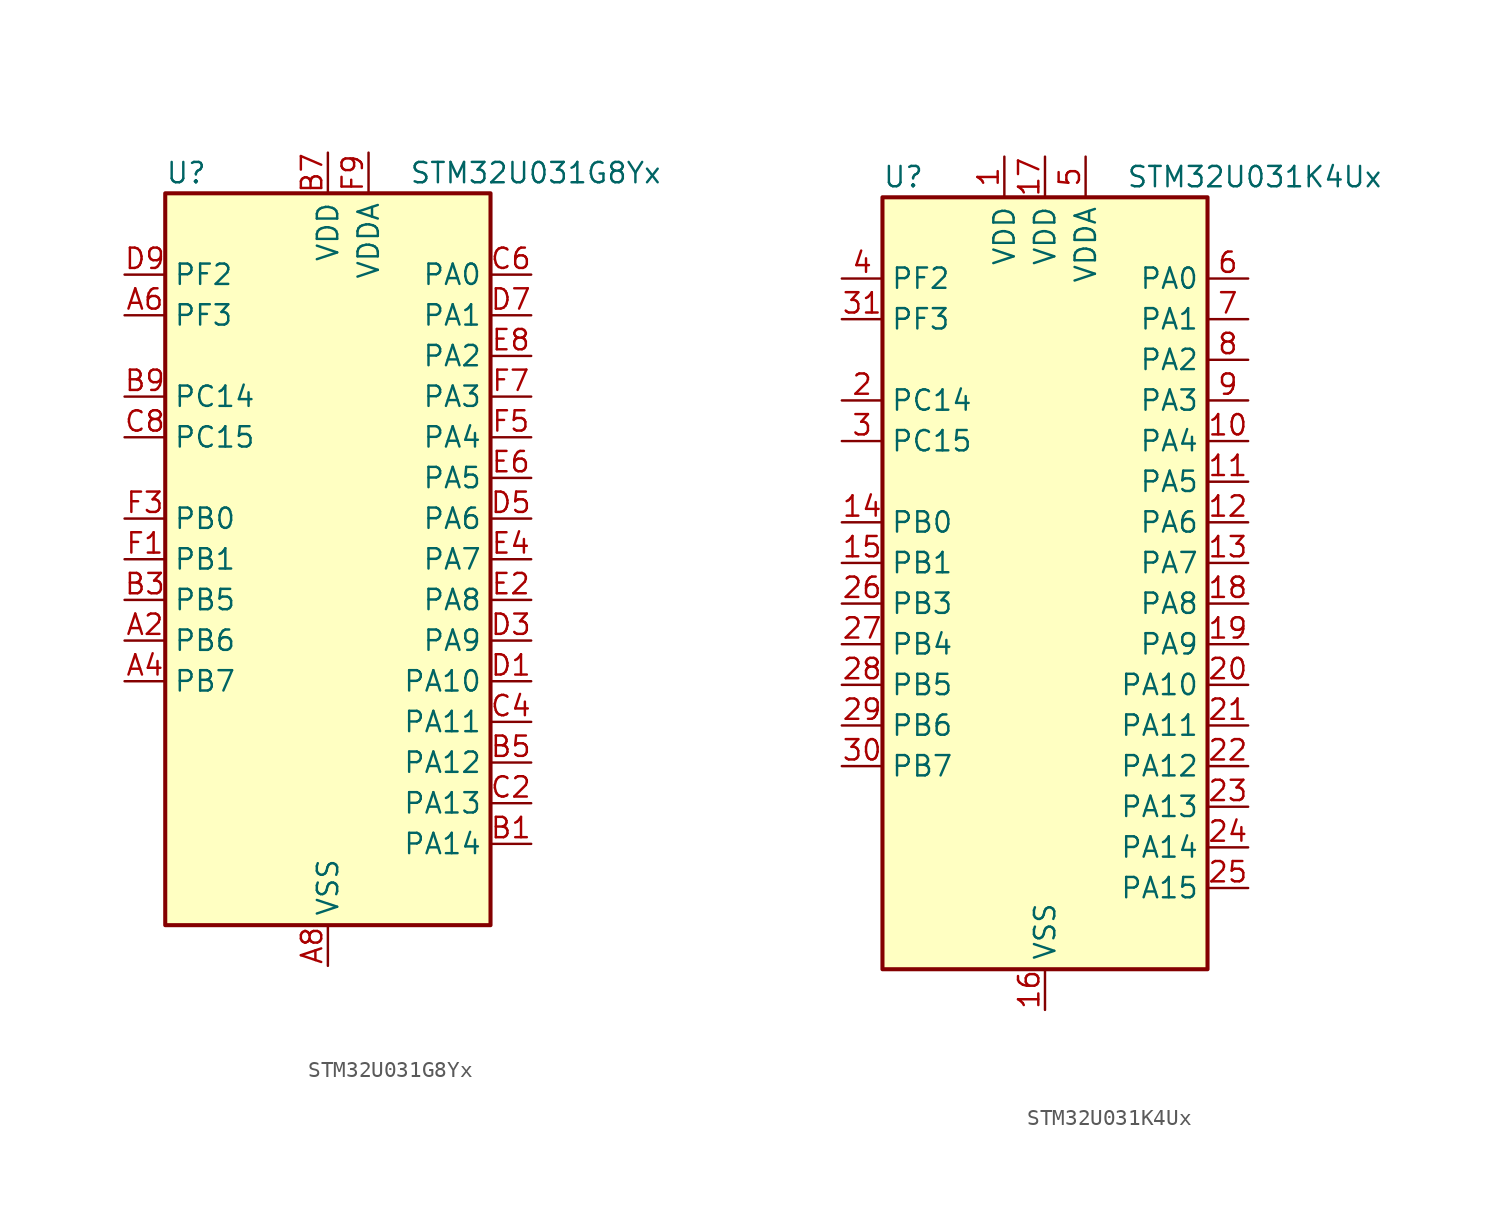
<source format=kicad_sym>
(kicad_symbol_lib
  (version 20241209)
  (generator "kicad_symbol_editor")
  (generator_version "9.0")
  (symbol "STM32U031G8Yx"
    (property "Reference" "U"
      (at -10.16 24.13 0)
      (effects (font (size 1.27 1.27)) (justify left)))
    (property "Value" "STM32U031G8Yx"
      (at 5.08 24.13 0)
      (effects (font (size 1.27 1.27)) (justify left)))
    (symbol "STM32U031G8Yx_0_1"
      (rectangle (start -10.16 -22.86) (end 10.16 22.86) (stroke (width 0.254) (type default)) (fill (type background))))
    (symbol "STM32U031G8Yx_1_1"
      (pin bidirectional line (at -12.7 17.78 0) (length 2.54) (name "PF2" (effects (font (size 1.27 1.27)))) (number "D9" (effects (font (size 1.27 1.27)))) (alternate "RCC_MCO" bidirectional line))
      (pin bidirectional line (at -12.7 15.24 0) (length 2.54) (name "PF3" (effects (font (size 1.27 1.27)))) (number "A6" (effects (font (size 1.27 1.27)))))
      (pin bidirectional line (at -12.7 10.16 0) (length 2.54) (name "PC14" (effects (font (size 1.27 1.27)))) (number "B9" (effects (font (size 1.27 1.27)))) (alternate "RCC_OSC32_IN" bidirectional line))
      (pin bidirectional line (at -12.7 7.62 0) (length 2.54) (name "PC15" (effects (font (size 1.27 1.27)))) (number "C8" (effects (font (size 1.27 1.27)))) (alternate "RCC_OSC32_EN" bidirectional line) (alternate "RCC_OSC32_OUT" bidirectional line) (alternate "RCC_OSC_EN" bidirectional line))
      (pin bidirectional line (at -12.7 2.54 0) (length 2.54) (name "PB0" (effects (font (size 1.27 1.27)))) (number "F3" (effects (font (size 1.27 1.27)))) (alternate "ADC1_IN17" bidirectional line) (alternate "COMP1_OUT" bidirectional line) (alternate "LPUART2_CTS" bidirectional line) (alternate "SPI1_NSS" bidirectional line) (alternate "TIM1_CH2N" bidirectional line) (alternate "TIM3_CH3" bidirectional line) (alternate "TSC_G5_IO2" bidirectional line) (alternate "USART3_CK" bidirectional line))
      (pin bidirectional line (at -12.7 0 0) (length 2.54) (name "PB1" (effects (font (size 1.27 1.27)))) (number "F1" (effects (font (size 1.27 1.27)))) (alternate "ADC1_IN18" bidirectional line) (alternate "COMP1_INM" bidirectional line) (alternate "LPTIM2_IN1" bidirectional line) (alternate "LPUART1_DE" bidirectional line) (alternate "LPUART1_RTS" bidirectional line) (alternate "LPUART2_DE" bidirectional line) (alternate "LPUART2_RTS" bidirectional line) (alternate "TIM1_CH3N" bidirectional line) (alternate "TIM3_CH4" bidirectional line) (alternate "TSC_SYNC" bidirectional line) (alternate "USART3_DE" bidirectional line) (alternate "USART3_RTS" bidirectional line))
      (pin bidirectional line (at -12.7 -2.54 0) (length 2.54) (name "PB5" (effects (font (size 1.27 1.27)))) (number "B3" (effects (font (size 1.27 1.27)))) (alternate "LPTIM1_IN1" bidirectional line) (alternate "SPI1_MOSI" bidirectional line) (alternate "TIM16_BKIN" bidirectional line) (alternate "TIM3_CH2" bidirectional line) (alternate "TSC_G2_IO2" bidirectional line) (alternate "USART1_CK" bidirectional line))
      (pin bidirectional line (at -12.7 -5.08 0) (length 2.54) (name "PB6" (effects (font (size 1.27 1.27)))) (number "A2" (effects (font (size 1.27 1.27)))) (alternate "I2C1_SCL" bidirectional line) (alternate "I2C2_SCL" bidirectional line) (alternate "LPTIM1_ETR" bidirectional line) (alternate "LPUART2_TX" bidirectional line) (alternate "TIM16_CH1N" bidirectional line) (alternate "TSC_G2_IO3" bidirectional line) (alternate "USART1_TX" bidirectional line))
      (pin bidirectional line (at -12.7 -7.62 0) (length 2.54) (name "PB7" (effects (font (size 1.27 1.27)))) (number "A4" (effects (font (size 1.27 1.27)))) (alternate "I2C1_SDA" bidirectional line) (alternate "I2C2_SDA" bidirectional line) (alternate "LPTIM1_IN2" bidirectional line) (alternate "LPUART2_RX" bidirectional line) (alternate "TSC_G2_IO4" bidirectional line) (alternate "USART1_RX" bidirectional line) (alternate "USART4_CTS" bidirectional line))
      (pin power_in line (at 0 25.4 270) (length 2.54) (name "VDD" (effects (font (size 1.27 1.27)))) (number "B7" (effects (font (size 1.27 1.27)))))
      (pin power_in line (at 0 -25.4 90) (length 2.54) (name "VSS" (effects (font (size 1.27 1.27)))) (number "A8" (effects (font (size 1.27 1.27)))))
      (pin power_in line (at 2.54 25.4 270) (length 2.54) (name "VDDA" (effects (font (size 1.27 1.27)))) (number "F9" (effects (font (size 1.27 1.27)))))
      (pin bidirectional line (at 12.7 17.78 180) (length 2.54) (name "PA0" (effects (font (size 1.27 1.27)))) (number "C6" (effects (font (size 1.27 1.27)))) (alternate "ADC1_IN4" bidirectional line) (alternate "COMP1_INM" bidirectional line) (alternate "COMP1_OUT" bidirectional line) (alternate "OPAMP1_VINP" bidirectional line) (alternate "PWR_WKUP1" bidirectional line) (alternate "TAMP_IN2" bidirectional line) (alternate "TIM2_CH1" bidirectional line) (alternate "TIM2_ETR" bidirectional line) (alternate "USART2_CTS" bidirectional line) (alternate "USART4_TX" bidirectional line))
      (pin bidirectional line (at 12.7 15.24 180) (length 2.54) (name "PA1" (effects (font (size 1.27 1.27)))) (number "D7" (effects (font (size 1.27 1.27)))) (alternate "ADC1_IN5" bidirectional line) (alternate "COMP1_INP" bidirectional line) (alternate "LPTIM1_CH2" bidirectional line) (alternate "OPAMP1_VINM" bidirectional line) (alternate "PWR_WKUP3" bidirectional line) (alternate "SPI1_SCK" bidirectional line) (alternate "SPI2_SCK" bidirectional line) (alternate "TAMP_IN5" bidirectional line) (alternate "TIM15_CH1N" bidirectional line) (alternate "TIM2_CH2" bidirectional line) (alternate "USART2_DE" bidirectional line) (alternate "USART2_RTS" bidirectional line) (alternate "USART4_RX" bidirectional line))
      (pin bidirectional line (at 12.7 12.7 180) (length 2.54) (name "PA2" (effects (font (size 1.27 1.27)))) (number "E8" (effects (font (size 1.27 1.27)))) (alternate "ADC1_IN6" bidirectional line) (alternate "LPUART1_TX" bidirectional line) (alternate "PWR_WKUP4" bidirectional line) (alternate "RCC_LSCO" bidirectional line) (alternate "TIM15_CH1" bidirectional line) (alternate "TIM2_CH3" bidirectional line) (alternate "USART2_TX" bidirectional line))
      (pin bidirectional line (at 12.7 10.16 180) (length 2.54) (name "PA3" (effects (font (size 1.27 1.27)))) (number "F7" (effects (font (size 1.27 1.27)))) (alternate "ADC1_IN7" bidirectional line) (alternate "LPUART1_RX" bidirectional line) (alternate "OPAMP1_VOUT" bidirectional line) (alternate "TIM15_CH2" bidirectional line) (alternate "TIM2_CH4" bidirectional line) (alternate "USART2_RX" bidirectional line))
      (pin bidirectional line (at 12.7 7.62 180) (length 2.54) (name "PA4" (effects (font (size 1.27 1.27)))) (number "F5" (effects (font (size 1.27 1.27)))) (alternate "ADC1_IN8" bidirectional line) (alternate "COMP1_INM" bidirectional line) (alternate "DAC1_OUT1" bidirectional line) (alternate "LPTIM2_CH1" bidirectional line) (alternate "SPI1_NSS" bidirectional line) (alternate "USART2_CK" bidirectional line))
      (pin bidirectional line (at 12.7 5.08 180) (length 2.54) (name "PA5" (effects (font (size 1.27 1.27)))) (number "E6" (effects (font (size 1.27 1.27)))) (alternate "ADC1_IN9" bidirectional line) (alternate "COMP1_INM" bidirectional line) (alternate "LPTIM2_ETR" bidirectional line) (alternate "SPI1_SCK" bidirectional line) (alternate "TIM2_CH1" bidirectional line) (alternate "TIM2_ETR" bidirectional line) (alternate "USART3_TX" bidirectional line))
      (pin bidirectional line (at 12.7 2.54 180) (length 2.54) (name "PA6" (effects (font (size 1.27 1.27)))) (number "D5" (effects (font (size 1.27 1.27)))) (alternate "ADC1_IN10" bidirectional line) (alternate "COMP1_OUT" bidirectional line) (alternate "I2C2_SDA" bidirectional line) (alternate "I2C3_SDA" bidirectional line) (alternate "LPUART1_CTS" bidirectional line) (alternate "SPI1_MISO" bidirectional line) (alternate "TIM16_CH1" bidirectional line) (alternate "TIM1_BKIN" bidirectional line) (alternate "TIM3_CH1" bidirectional line) (alternate "TSC_G5_IO1" bidirectional line) (alternate "USART3_CTS" bidirectional line))
      (pin bidirectional line (at 12.7 0 180) (length 2.54) (name "PA7" (effects (font (size 1.27 1.27)))) (number "E4" (effects (font (size 1.27 1.27)))) (alternate "ADC1_IN14" bidirectional line) (alternate "I2C2_SCL" bidirectional line) (alternate "I2C3_SCL" bidirectional line) (alternate "LPTIM2_CH2" bidirectional line) (alternate "SPI1_MOSI" bidirectional line) (alternate "TIM1_CH1N" bidirectional line) (alternate "TIM3_CH2" bidirectional line) (alternate "USART3_RX" bidirectional line))
      (pin bidirectional line (at 12.7 -2.54 180) (length 2.54) (name "PA8" (effects (font (size 1.27 1.27)))) (number "E2" (effects (font (size 1.27 1.27)))) (alternate "LPTIM2_CH1" bidirectional line) (alternate "RCC_MCO" bidirectional line) (alternate "RCC_MCO2" bidirectional line) (alternate "TIM1_CH1" bidirectional line) (alternate "TSC_G7_IO1" bidirectional line) (alternate "USART1_CK" bidirectional line))
      (pin bidirectional line (at 12.7 -5.08 180) (length 2.54) (name "PA9" (effects (font (size 1.27 1.27)))) (number "D3" (effects (font (size 1.27 1.27)))) (alternate "COMP1_INP" bidirectional line) (alternate "DAC1_EXTI9" bidirectional line) (alternate "I2C1_SCL" bidirectional line) (alternate "I2C2_SCL" bidirectional line) (alternate "RCC_MCO" bidirectional line) (alternate "TIM15_BKIN" bidirectional line) (alternate "TIM1_CH2" bidirectional line) (alternate "TSC_G7_IO2" bidirectional line) (alternate "USART1_TX" bidirectional line))
      (pin bidirectional line (at 12.7 -7.62 180) (length 2.54) (name "PA10" (effects (font (size 1.27 1.27)))) (number "D1" (effects (font (size 1.27 1.27)))) (alternate "I2C1_SDA" bidirectional line) (alternate "I2C2_SDA" bidirectional line) (alternate "RCC_MCO2" bidirectional line) (alternate "SPI2_NSS" bidirectional line) (alternate "TIM1_CH3" bidirectional line) (alternate "TSC_G7_IO3" bidirectional line) (alternate "USART1_RX" bidirectional line))
      (pin bidirectional line (at 12.7 -10.16 180) (length 2.54) (name "PA11" (effects (font (size 1.27 1.27)))) (number "C4" (effects (font (size 1.27 1.27)))) (alternate "ADC1_EXTI11" bidirectional line) (alternate "COMP1_OUT" bidirectional line) (alternate "SPI1_MISO" bidirectional line) (alternate "SPI2_MISO" bidirectional line) (alternate "TIM1_BKIN2" bidirectional line) (alternate "TIM1_CH4" bidirectional line) (alternate "USART1_CTS" bidirectional line))
      (pin bidirectional line (at 12.7 -12.7 180) (length 2.54) (name "PA12" (effects (font (size 1.27 1.27)))) (number "B5" (effects (font (size 1.27 1.27)))) (alternate "SPI1_MOSI" bidirectional line) (alternate "SPI2_MOSI" bidirectional line) (alternate "TIM1_ETR" bidirectional line) (alternate "USART1_DE" bidirectional line) (alternate "USART1_RTS" bidirectional line))
      (pin bidirectional line (at 12.7 -15.24 180) (length 2.54) (name "PA13" (effects (font (size 1.27 1.27)))) (number "C2" (effects (font (size 1.27 1.27)))) (alternate "DEBUG_JTMS-SWDIO" bidirectional line) (alternate "IR_OUT" bidirectional line) (alternate "TSC_G7_IO4" bidirectional line))
      (pin bidirectional line (at 12.7 -17.78 180) (length 2.54) (name "PA14" (effects (font (size 1.27 1.27)))) (number "B1" (effects (font (size 1.27 1.27)))) (alternate "DEBUG_JTCK-SWCLK" bidirectional line) (alternate "LPTIM1_CH1" bidirectional line) (alternate "TSC_G3_IO4" bidirectional line))))
  (symbol "STM32U031K4Ux"
    (property "Reference" "U"
      (at -10.16 26.67 0)
      (effects (font (size 1.27 1.27)) (justify left)))
    (property "Value" "STM32U031K4Ux"
      (at 5.08 26.67 0)
      (effects (font (size 1.27 1.27)) (justify left)))
    (symbol "STM32U031K4Ux_0_1"
      (rectangle (start -10.16 -22.86) (end 10.16 25.4) (stroke (width 0.254) (type default)) (fill (type background))))
    (symbol "STM32U031K4Ux_1_1"
      (pin bidirectional line (at -12.7 20.32 0) (length 2.54) (name "PF2" (effects (font (size 1.27 1.27)))) (number "4" (effects (font (size 1.27 1.27)))) (alternate "RCC_MCO" bidirectional line))
      (pin bidirectional line (at -12.7 17.78 0) (length 2.54) (name "PF3" (effects (font (size 1.27 1.27)))) (number "31" (effects (font (size 1.27 1.27)))))
      (pin bidirectional line (at -12.7 12.7 0) (length 2.54) (name "PC14" (effects (font (size 1.27 1.27)))) (number "2" (effects (font (size 1.27 1.27)))) (alternate "RCC_OSC32_IN" bidirectional line))
      (pin bidirectional line (at -12.7 10.16 0) (length 2.54) (name "PC15" (effects (font (size 1.27 1.27)))) (number "3" (effects (font (size 1.27 1.27)))) (alternate "RCC_OSC32_EN" bidirectional line) (alternate "RCC_OSC32_OUT" bidirectional line) (alternate "RCC_OSC_EN" bidirectional line))
      (pin bidirectional line (at -12.7 5.08 0) (length 2.54) (name "PB0" (effects (font (size 1.27 1.27)))) (number "14" (effects (font (size 1.27 1.27)))) (alternate "ADC1_IN17" bidirectional line) (alternate "COMP1_OUT" bidirectional line) (alternate "LPUART2_CTS" bidirectional line) (alternate "SPI1_NSS" bidirectional line) (alternate "TIM1_CH2N" bidirectional line) (alternate "TIM3_CH3" bidirectional line) (alternate "TSC_G5_IO2" bidirectional line) (alternate "USART3_CK" bidirectional line))
      (pin bidirectional line (at -12.7 2.54 0) (length 2.54) (name "PB1" (effects (font (size 1.27 1.27)))) (number "15" (effects (font (size 1.27 1.27)))) (alternate "ADC1_IN18" bidirectional line) (alternate "COMP1_INM" bidirectional line) (alternate "LPTIM2_IN1" bidirectional line) (alternate "LPUART1_DE" bidirectional line) (alternate "LPUART1_RTS" bidirectional line) (alternate "LPUART2_DE" bidirectional line) (alternate "LPUART2_RTS" bidirectional line) (alternate "TIM1_CH3N" bidirectional line) (alternate "TIM3_CH4" bidirectional line) (alternate "TSC_SYNC" bidirectional line) (alternate "USART3_DE" bidirectional line) (alternate "USART3_RTS" bidirectional line))
      (pin bidirectional line (at -12.7 0 0) (length 2.54) (name "PB3" (effects (font (size 1.27 1.27)))) (number "26" (effects (font (size 1.27 1.27)))) (alternate "DEBUG_JTDO-SWO" bidirectional line) (alternate "I2C2_SCL" bidirectional line) (alternate "I2C3_SCL" bidirectional line) (alternate "LPTIM1_CH3" bidirectional line) (alternate "SPI1_SCK" bidirectional line) (alternate "TIM2_CH2" bidirectional line) (alternate "USART1_DE" bidirectional line) (alternate "USART1_RTS" bidirectional line))
      (pin bidirectional line (at -12.7 -2.54 0) (length 2.54) (name "PB4" (effects (font (size 1.27 1.27)))) (number "27" (effects (font (size 1.27 1.27)))) (alternate "I2C2_SDA" bidirectional line) (alternate "I2C3_SDA" bidirectional line) (alternate "LPTIM1_CH4" bidirectional line) (alternate "SPI1_MISO" bidirectional line) (alternate "TIM3_CH1" bidirectional line) (alternate "TSC_G2_IO1" bidirectional line) (alternate "USART1_CTS" bidirectional line))
      (pin bidirectional line (at -12.7 -5.08 0) (length 2.54) (name "PB5" (effects (font (size 1.27 1.27)))) (number "28" (effects (font (size 1.27 1.27)))) (alternate "LPTIM1_IN1" bidirectional line) (alternate "SPI1_MOSI" bidirectional line) (alternate "TIM16_BKIN" bidirectional line) (alternate "TIM3_CH2" bidirectional line) (alternate "TSC_G2_IO2" bidirectional line) (alternate "USART1_CK" bidirectional line))
      (pin bidirectional line (at -12.7 -7.62 0) (length 2.54) (name "PB6" (effects (font (size 1.27 1.27)))) (number "29" (effects (font (size 1.27 1.27)))) (alternate "I2C1_SCL" bidirectional line) (alternate "I2C2_SCL" bidirectional line) (alternate "LPTIM1_ETR" bidirectional line) (alternate "LPUART2_TX" bidirectional line) (alternate "TIM16_CH1N" bidirectional line) (alternate "TSC_G2_IO3" bidirectional line) (alternate "USART1_TX" bidirectional line))
      (pin bidirectional line (at -12.7 -10.16 0) (length 2.54) (name "PB7" (effects (font (size 1.27 1.27)))) (number "30" (effects (font (size 1.27 1.27)))) (alternate "I2C1_SDA" bidirectional line) (alternate "I2C2_SDA" bidirectional line) (alternate "LPTIM1_IN2" bidirectional line) (alternate "LPUART2_RX" bidirectional line) (alternate "TSC_G2_IO4" bidirectional line) (alternate "USART1_RX" bidirectional line) (alternate "USART4_CTS" bidirectional line))
      (pin power_in line (at -2.54 27.94 270) (length 2.54) (name "VDD" (effects (font (size 1.27 1.27)))) (number "1" (effects (font (size 1.27 1.27)))))
      (pin power_in line (at 0 27.94 270) (length 2.54) (name "VDD" (effects (font (size 1.27 1.27)))) (number "17" (effects (font (size 1.27 1.27)))))
      (pin power_in line (at 0 -25.4 90) (length 2.54) (name "VSS" (effects (font (size 1.27 1.27)))) (number "16" (effects (font (size 1.27 1.27)))))
      (pin passive line (at 0 -25.4 90) (length 2.54) (hide yes) (name "VSS" (effects (font (size 1.27 1.27)))) (number "32" (effects (font (size 1.27 1.27)))))
      (pin passive line (at 0 -25.4 90) (length 2.54) (hide yes) (name "VSS" (effects (font (size 1.27 1.27)))) (number "33" (effects (font (size 1.27 1.27)))))
      (pin power_in line (at 2.54 27.94 270) (length 2.54) (name "VDDA" (effects (font (size 1.27 1.27)))) (number "5" (effects (font (size 1.27 1.27)))))
      (pin bidirectional line (at 12.7 20.32 180) (length 2.54) (name "PA0" (effects (font (size 1.27 1.27)))) (number "6" (effects (font (size 1.27 1.27)))) (alternate "ADC1_IN4" bidirectional line) (alternate "COMP1_INM" bidirectional line) (alternate "COMP1_OUT" bidirectional line) (alternate "OPAMP1_VINP" bidirectional line) (alternate "PWR_WKUP1" bidirectional line) (alternate "TAMP_IN2" bidirectional line) (alternate "TIM2_CH1" bidirectional line) (alternate "TIM2_ETR" bidirectional line) (alternate "USART2_CTS" bidirectional line) (alternate "USART4_TX" bidirectional line))
      (pin bidirectional line (at 12.7 17.78 180) (length 2.54) (name "PA1" (effects (font (size 1.27 1.27)))) (number "7" (effects (font (size 1.27 1.27)))) (alternate "ADC1_IN5" bidirectional line) (alternate "COMP1_INP" bidirectional line) (alternate "LPTIM1_CH2" bidirectional line) (alternate "OPAMP1_VINM" bidirectional line) (alternate "PWR_WKUP3" bidirectional line) (alternate "SPI1_SCK" bidirectional line) (alternate "SPI2_SCK" bidirectional line) (alternate "TAMP_IN5" bidirectional line) (alternate "TIM15_CH1N" bidirectional line) (alternate "TIM2_CH2" bidirectional line) (alternate "USART2_DE" bidirectional line) (alternate "USART2_RTS" bidirectional line) (alternate "USART4_RX" bidirectional line))
      (pin bidirectional line (at 12.7 15.24 180) (length 2.54) (name "PA2" (effects (font (size 1.27 1.27)))) (number "8" (effects (font (size 1.27 1.27)))) (alternate "ADC1_IN6" bidirectional line) (alternate "LPUART1_TX" bidirectional line) (alternate "PWR_WKUP4" bidirectional line) (alternate "RCC_LSCO" bidirectional line) (alternate "TIM15_CH1" bidirectional line) (alternate "TIM2_CH3" bidirectional line) (alternate "USART2_TX" bidirectional line))
      (pin bidirectional line (at 12.7 12.7 180) (length 2.54) (name "PA3" (effects (font (size 1.27 1.27)))) (number "9" (effects (font (size 1.27 1.27)))) (alternate "ADC1_IN7" bidirectional line) (alternate "LPUART1_RX" bidirectional line) (alternate "OPAMP1_VOUT" bidirectional line) (alternate "TIM15_CH2" bidirectional line) (alternate "TIM2_CH4" bidirectional line) (alternate "USART2_RX" bidirectional line))
      (pin bidirectional line (at 12.7 10.16 180) (length 2.54) (name "PA4" (effects (font (size 1.27 1.27)))) (number "10" (effects (font (size 1.27 1.27)))) (alternate "ADC1_IN8" bidirectional line) (alternate "COMP1_INM" bidirectional line) (alternate "DAC1_OUT1" bidirectional line) (alternate "LPTIM2_CH1" bidirectional line) (alternate "SPI1_NSS" bidirectional line) (alternate "USART2_CK" bidirectional line))
      (pin bidirectional line (at 12.7 7.62 180) (length 2.54) (name "PA5" (effects (font (size 1.27 1.27)))) (number "11" (effects (font (size 1.27 1.27)))) (alternate "ADC1_IN9" bidirectional line) (alternate "COMP1_INM" bidirectional line) (alternate "LPTIM2_ETR" bidirectional line) (alternate "SPI1_SCK" bidirectional line) (alternate "TIM2_CH1" bidirectional line) (alternate "TIM2_ETR" bidirectional line) (alternate "USART3_TX" bidirectional line))
      (pin bidirectional line (at 12.7 5.08 180) (length 2.54) (name "PA6" (effects (font (size 1.27 1.27)))) (number "12" (effects (font (size 1.27 1.27)))) (alternate "ADC1_IN10" bidirectional line) (alternate "COMP1_OUT" bidirectional line) (alternate "I2C2_SDA" bidirectional line) (alternate "I2C3_SDA" bidirectional line) (alternate "LPUART1_CTS" bidirectional line) (alternate "SPI1_MISO" bidirectional line) (alternate "TIM16_CH1" bidirectional line) (alternate "TIM1_BKIN" bidirectional line) (alternate "TIM3_CH1" bidirectional line) (alternate "TSC_G5_IO1" bidirectional line) (alternate "USART3_CTS" bidirectional line))
      (pin bidirectional line (at 12.7 2.54 180) (length 2.54) (name "PA7" (effects (font (size 1.27 1.27)))) (number "13" (effects (font (size 1.27 1.27)))) (alternate "ADC1_IN14" bidirectional line) (alternate "I2C2_SCL" bidirectional line) (alternate "I2C3_SCL" bidirectional line) (alternate "LPTIM2_CH2" bidirectional line) (alternate "SPI1_MOSI" bidirectional line) (alternate "TIM1_CH1N" bidirectional line) (alternate "TIM3_CH2" bidirectional line) (alternate "USART3_RX" bidirectional line))
      (pin bidirectional line (at 12.7 0 180) (length 2.54) (name "PA8" (effects (font (size 1.27 1.27)))) (number "18" (effects (font (size 1.27 1.27)))) (alternate "LPTIM2_CH1" bidirectional line) (alternate "RCC_MCO" bidirectional line) (alternate "RCC_MCO2" bidirectional line) (alternate "TIM1_CH1" bidirectional line) (alternate "TSC_G7_IO1" bidirectional line) (alternate "USART1_CK" bidirectional line))
      (pin bidirectional line (at 12.7 -2.54 180) (length 2.54) (name "PA9" (effects (font (size 1.27 1.27)))) (number "19" (effects (font (size 1.27 1.27)))) (alternate "COMP1_INP" bidirectional line) (alternate "DAC1_EXTI9" bidirectional line) (alternate "I2C1_SCL" bidirectional line) (alternate "I2C2_SCL" bidirectional line) (alternate "RCC_MCO" bidirectional line) (alternate "TIM15_BKIN" bidirectional line) (alternate "TIM1_CH2" bidirectional line) (alternate "TSC_G7_IO2" bidirectional line) (alternate "USART1_TX" bidirectional line))
      (pin bidirectional line (at 12.7 -5.08 180) (length 2.54) (name "PA10" (effects (font (size 1.27 1.27)))) (number "20" (effects (font (size 1.27 1.27)))) (alternate "I2C1_SDA" bidirectional line) (alternate "I2C2_SDA" bidirectional line) (alternate "RCC_MCO2" bidirectional line) (alternate "SPI2_NSS" bidirectional line) (alternate "TIM1_CH3" bidirectional line) (alternate "TSC_G7_IO3" bidirectional line) (alternate "USART1_RX" bidirectional line))
      (pin bidirectional line (at 12.7 -7.62 180) (length 2.54) (name "PA11" (effects (font (size 1.27 1.27)))) (number "21" (effects (font (size 1.27 1.27)))) (alternate "ADC1_EXTI11" bidirectional line) (alternate "COMP1_OUT" bidirectional line) (alternate "SPI1_MISO" bidirectional line) (alternate "SPI2_MISO" bidirectional line) (alternate "TIM1_BKIN2" bidirectional line) (alternate "TIM1_CH4" bidirectional line) (alternate "USART1_CTS" bidirectional line))
      (pin bidirectional line (at 12.7 -10.16 180) (length 2.54) (name "PA12" (effects (font (size 1.27 1.27)))) (number "22" (effects (font (size 1.27 1.27)))) (alternate "SPI1_MOSI" bidirectional line) (alternate "SPI2_MOSI" bidirectional line) (alternate "TIM1_ETR" bidirectional line) (alternate "USART1_DE" bidirectional line) (alternate "USART1_RTS" bidirectional line))
      (pin bidirectional line (at 12.7 -12.7 180) (length 2.54) (name "PA13" (effects (font (size 1.27 1.27)))) (number "23" (effects (font (size 1.27 1.27)))) (alternate "DEBUG_JTMS-SWDIO" bidirectional line) (alternate "IR_OUT" bidirectional line) (alternate "TSC_G7_IO4" bidirectional line))
      (pin bidirectional line (at 12.7 -15.24 180) (length 2.54) (name "PA14" (effects (font (size 1.27 1.27)))) (number "24" (effects (font (size 1.27 1.27)))) (alternate "DEBUG_JTCK-SWCLK" bidirectional line) (alternate "LPTIM1_CH1" bidirectional line) (alternate "TSC_G3_IO4" bidirectional line))
      (pin bidirectional line (at 12.7 -17.78 180) (length 2.54) (name "PA15" (effects (font (size 1.27 1.27)))) (number "25" (effects (font (size 1.27 1.27)))) (alternate "DEBUG_JTDI" bidirectional line) (alternate "SPI1_NSS" bidirectional line) (alternate "TIM2_CH1" bidirectional line) (alternate "TIM2_ETR" bidirectional line) (alternate "TSC_G3_IO1" bidirectional line) (alternate "USART2_RX" bidirectional line) (alternate "USART3_DE" bidirectional line) (alternate "USART3_RTS" bidirectional line) (alternate "USART4_DE" bidirectional line) (alternate "USART4_RTS" bidirectional line)))))
</source>
